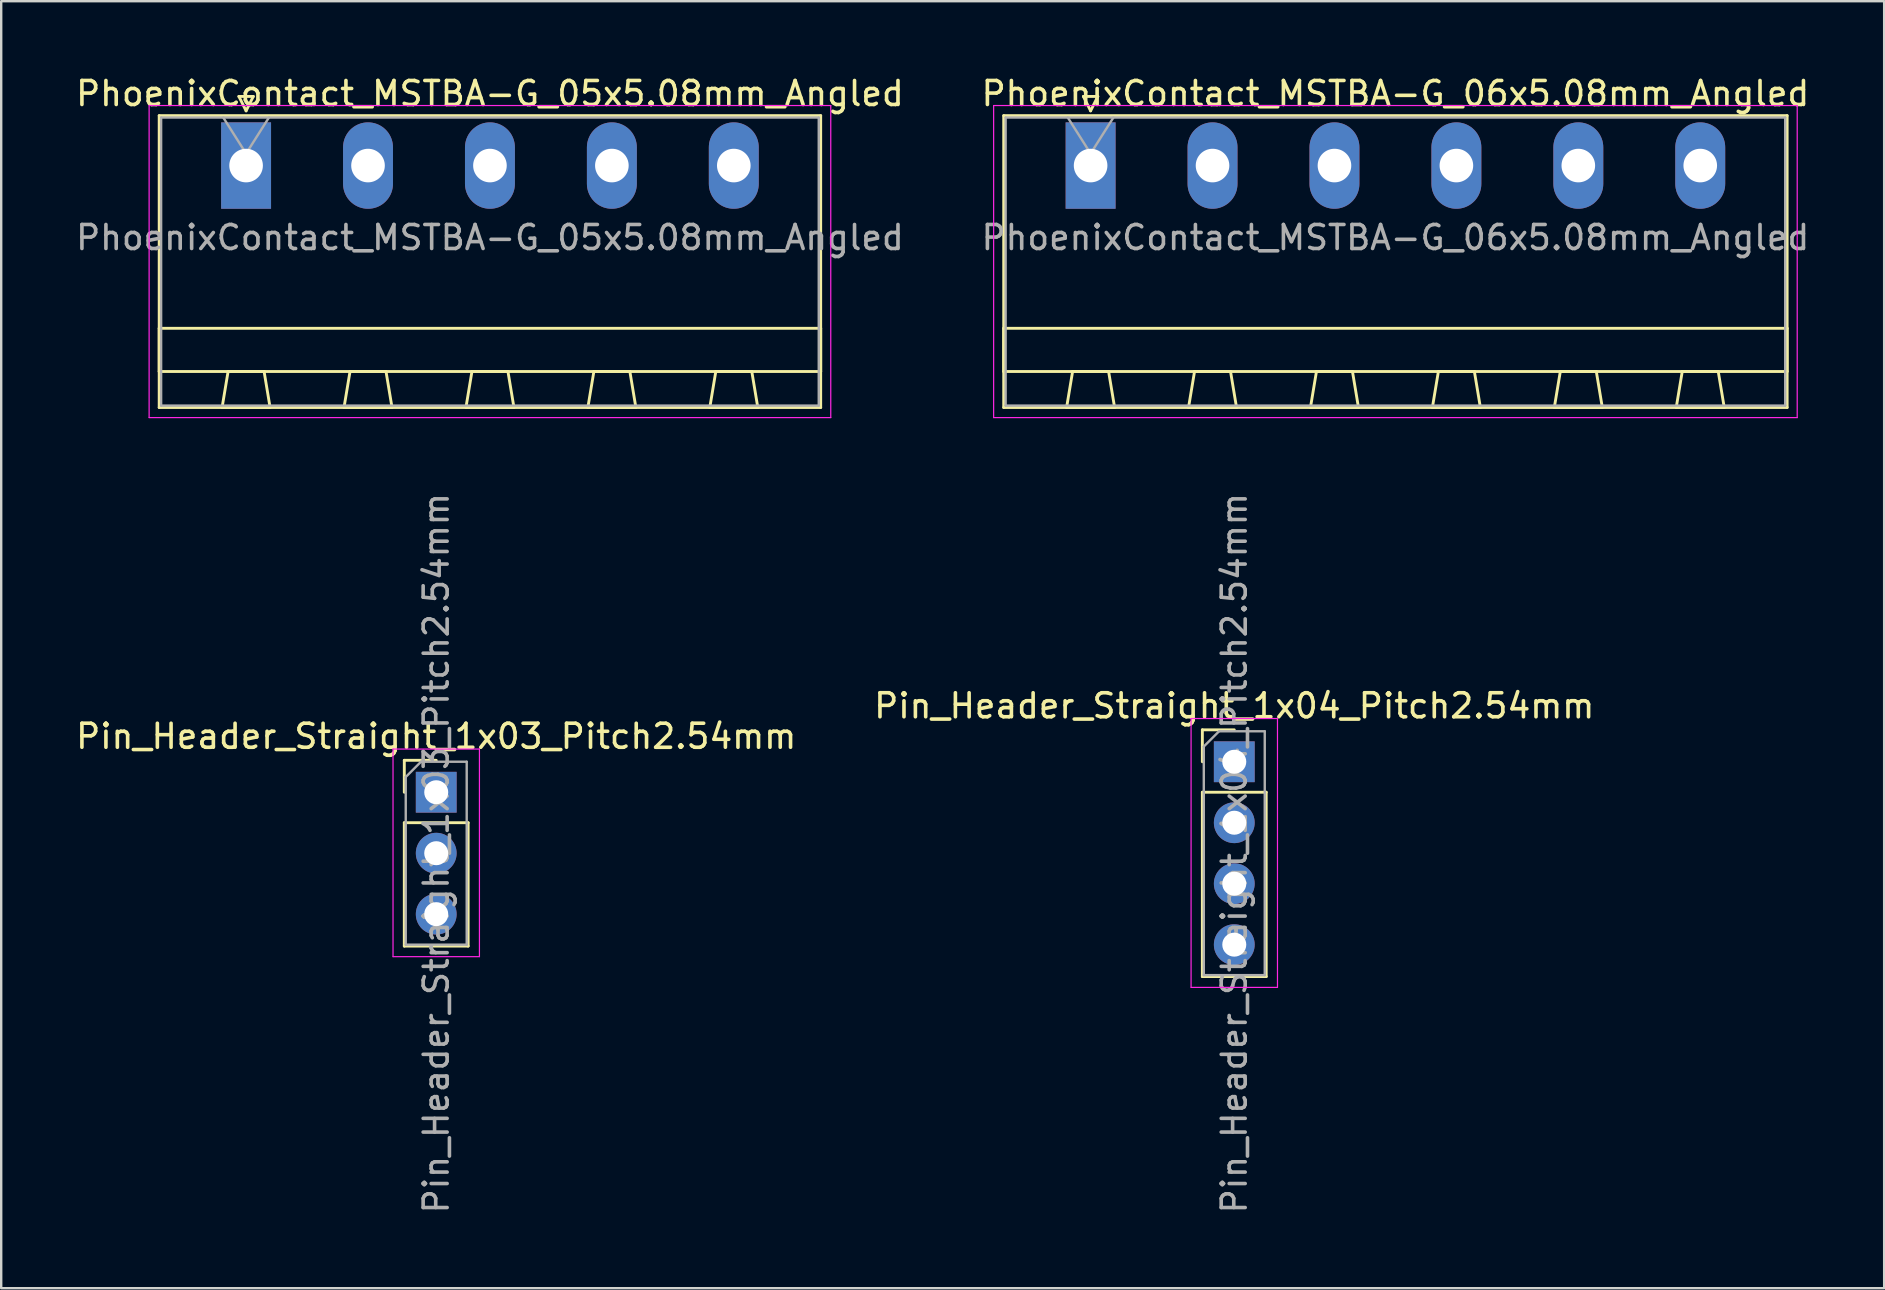
<source format=kicad_pcb>
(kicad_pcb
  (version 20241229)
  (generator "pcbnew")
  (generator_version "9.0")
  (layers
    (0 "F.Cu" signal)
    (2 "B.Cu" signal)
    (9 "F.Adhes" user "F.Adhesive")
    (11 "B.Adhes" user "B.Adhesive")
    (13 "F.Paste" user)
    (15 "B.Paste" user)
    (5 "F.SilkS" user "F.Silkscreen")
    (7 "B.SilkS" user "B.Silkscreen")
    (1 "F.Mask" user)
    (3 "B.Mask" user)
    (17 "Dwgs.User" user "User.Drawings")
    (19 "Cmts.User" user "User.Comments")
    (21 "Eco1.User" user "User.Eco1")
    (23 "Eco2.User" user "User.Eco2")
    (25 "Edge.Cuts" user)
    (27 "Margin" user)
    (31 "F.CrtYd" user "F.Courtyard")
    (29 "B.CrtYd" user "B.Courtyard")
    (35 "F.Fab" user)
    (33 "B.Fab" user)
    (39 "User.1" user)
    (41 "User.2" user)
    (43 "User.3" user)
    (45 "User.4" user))
  (footprint "Pin_Header_Straight_1x03_Pitch2.54mm"
    (layer "F.Cu")
    (at 15.125 29.958)
    (property "Reference" "Pin_Header_Straight_1x03_Pitch2.54mm" (at 0 -2.33 0) (layer "F.SilkS") (effects (font (size 1 1) (thickness 0.15))))
    (attr through_hole)
    (fp_line (start -1.33 -1.33) (end 0 -1.33) (stroke (width 0.12) (type solid)) (layer "F.SilkS"))
    (fp_line (start -1.33 0) (end -1.33 -1.33) (stroke (width 0.12) (type solid)) (layer "F.SilkS"))
    (fp_line (start -1.33 1.27) (end -1.33 6.41) (stroke (width 0.12) (type solid)) (layer "F.SilkS"))
    (fp_line (start -1.33 1.27) (end 1.33 1.27) (stroke (width 0.12) (type solid)) (layer "F.SilkS"))
    (fp_line (start -1.33 6.41) (end 1.33 6.41) (stroke (width 0.12) (type solid)) (layer "F.SilkS"))
    (fp_line (start 1.33 1.27) (end 1.33 6.41) (stroke (width 0.12) (type solid)) (layer "F.SilkS"))
    (fp_line (start -1.8 -1.8) (end -1.8 6.85) (stroke (width 0.05) (type solid)) (layer "F.CrtYd"))
    (fp_line (start -1.8 6.85) (end 1.8 6.85) (stroke (width 0.05) (type solid)) (layer "F.CrtYd"))
    (fp_line (start 1.8 -1.8) (end -1.8 -1.8) (stroke (width 0.05) (type solid)) (layer "F.CrtYd"))
    (fp_line (start 1.8 6.85) (end 1.8 -1.8) (stroke (width 0.05) (type solid)) (layer "F.CrtYd"))
    (fp_line (start -1.27 -0.635) (end -0.635 -1.27) (stroke (width 0.1) (type solid)) (layer "F.Fab"))
    (fp_line (start -1.27 6.35) (end -1.27 -0.635) (stroke (width 0.1) (type solid)) (layer "F.Fab"))
    (fp_line (start -0.635 -1.27) (end 1.27 -1.27) (stroke (width 0.1) (type solid)) (layer "F.Fab"))
    (fp_line (start 1.27 -1.27) (end 1.27 6.35) (stroke (width 0.1) (type solid)) (layer "F.Fab"))
    (fp_line (start 1.27 6.35) (end -1.27 6.35) (stroke (width 0.1) (type solid)) (layer "F.Fab"))
    (fp_text user "${REFERENCE}" (at 0 2.54 90) (layer "F.Fab") (effects (font (size 1 1) (thickness 0.15))))
    (pad "1" thru_hole rect (at 0 0) (size 1.7 1.7) (drill 1) (layers "*.Cu" "*.Mask"))
    (pad "2" thru_hole oval (at 0 2.54) (size 1.7 1.7) (drill 1) (layers "*.Cu" "*.Mask"))
    (pad "3" thru_hole oval (at 0 5.08) (size 1.7 1.7) (drill 1) (layers "*.Cu" "*.Mask")))
  (footprint "PhoenixContact_MSTBA-G_06x5.08mm_Angled"
    (layer "F.Cu")
    (at 42.389 3.848)
    (property "Reference" "PhoenixContact_MSTBA-G_06x5.08mm_Angled" (at 12.7 -3 0) (layer "F.SilkS") (effects (font (size 1 1) (thickness 0.15))))
    (attr through_hole)
    (fp_line (start -3.62 -2.08) (end -3.62 10.08) (stroke (width 0.12) (type solid)) (layer "F.SilkS"))
    (fp_line (start -3.62 6.78) (end 29.02 6.78) (stroke (width 0.12) (type solid)) (layer "F.SilkS"))
    (fp_line (start -3.62 8.58) (end -3.62 6.78) (stroke (width 0.12) (type solid)) (layer "F.SilkS"))
    (fp_line (start -3.62 10.08) (end 29.02 10.08) (stroke (width 0.12) (type solid)) (layer "F.SilkS"))
    (fp_line (start -1 10.08) (end 1 10.08) (stroke (width 0.12) (type solid)) (layer "F.SilkS"))
    (fp_line (start -0.75 8.58) (end -1 10.08) (stroke (width 0.12) (type solid)) (layer "F.SilkS"))
    (fp_line (start -0.3 -2.88) (end 0.3 -2.88) (stroke (width 0.12) (type solid)) (layer "F.SilkS"))
    (fp_line (start 0 -2.28) (end -0.3 -2.88) (stroke (width 0.12) (type solid)) (layer "F.SilkS"))
    (fp_line (start 0.3 -2.88) (end 0 -2.28) (stroke (width 0.12) (type solid)) (layer "F.SilkS"))
    (fp_line (start 0.75 8.58) (end -0.75 8.58) (stroke (width 0.12) (type solid)) (layer "F.SilkS"))
    (fp_line (start 1 10.08) (end 0.75 8.58) (stroke (width 0.12) (type solid)) (layer "F.SilkS"))
    (fp_line (start 4.08 10.08) (end 6.08 10.08) (stroke (width 0.12) (type solid)) (layer "F.SilkS"))
    (fp_line (start 4.33 8.58) (end 4.08 10.08) (stroke (width 0.12) (type solid)) (layer "F.SilkS"))
    (fp_line (start 5.83 8.58) (end 4.33 8.58) (stroke (width 0.12) (type solid)) (layer "F.SilkS"))
    (fp_line (start 6.08 10.08) (end 5.83 8.58) (stroke (width 0.12) (type solid)) (layer "F.SilkS"))
    (fp_line (start 9.16 10.08) (end 11.16 10.08) (stroke (width 0.12) (type solid)) (layer "F.SilkS"))
    (fp_line (start 9.41 8.58) (end 9.16 10.08) (stroke (width 0.12) (type solid)) (layer "F.SilkS"))
    (fp_line (start 10.91 8.58) (end 9.41 8.58) (stroke (width 0.12) (type solid)) (layer "F.SilkS"))
    (fp_line (start 11.16 10.08) (end 10.91 8.58) (stroke (width 0.12) (type solid)) (layer "F.SilkS"))
    (fp_line (start 14.24 10.08) (end 16.24 10.08) (stroke (width 0.12) (type solid)) (layer "F.SilkS"))
    (fp_line (start 14.49 8.58) (end 14.24 10.08) (stroke (width 0.12) (type solid)) (layer "F.SilkS"))
    (fp_line (start 15.99 8.58) (end 14.49 8.58) (stroke (width 0.12) (type solid)) (layer "F.SilkS"))
    (fp_line (start 16.24 10.08) (end 15.99 8.58) (stroke (width 0.12) (type solid)) (layer "F.SilkS"))
    (fp_line (start 19.32 10.08) (end 21.32 10.08) (stroke (width 0.12) (type solid)) (layer "F.SilkS"))
    (fp_line (start 19.57 8.58) (end 19.32 10.08) (stroke (width 0.12) (type solid)) (layer "F.SilkS"))
    (fp_line (start 21.07 8.58) (end 19.57 8.58) (stroke (width 0.12) (type solid)) (layer "F.SilkS"))
    (fp_line (start 21.32 10.08) (end 21.07 8.58) (stroke (width 0.12) (type solid)) (layer "F.SilkS"))
    (fp_line (start 24.4 10.08) (end 26.4 10.08) (stroke (width 0.12) (type solid)) (layer "F.SilkS"))
    (fp_line (start 24.65 8.58) (end 24.4 10.08) (stroke (width 0.12) (type solid)) (layer "F.SilkS"))
    (fp_line (start 26.15 8.58) (end 24.65 8.58) (stroke (width 0.12) (type solid)) (layer "F.SilkS"))
    (fp_line (start 26.4 10.08) (end 26.15 8.58) (stroke (width 0.12) (type solid)) (layer "F.SilkS"))
    (fp_line (start 29.02 -2.08) (end -3.62 -2.08) (stroke (width 0.12) (type solid)) (layer "F.SilkS"))
    (fp_line (start 29.02 6.78) (end 29.02 8.58) (stroke (width 0.12) (type solid)) (layer "F.SilkS"))
    (fp_line (start 29.02 8.58) (end -3.62 8.58) (stroke (width 0.12) (type solid)) (layer "F.SilkS"))
    (fp_line (start 29.02 10.08) (end 29.02 -2.08) (stroke (width 0.12) (type solid)) (layer "F.SilkS"))
    (fp_line (start -4.04 -2.5) (end -4.04 10.5) (stroke (width 0.05) (type solid)) (layer "F.CrtYd"))
    (fp_line (start -4.04 10.5) (end 29.44 10.5) (stroke (width 0.05) (type solid)) (layer "F.CrtYd"))
    (fp_line (start 29.44 -2.5) (end -4.04 -2.5) (stroke (width 0.05) (type solid)) (layer "F.CrtYd"))
    (fp_line (start 29.44 10.5) (end 29.44 -2.5) (stroke (width 0.05) (type solid)) (layer "F.CrtYd"))
    (fp_line (start -3.54 -2) (end -3.54 10) (stroke (width 0.1) (type solid)) (layer "F.Fab"))
    (fp_line (start -3.54 10) (end 28.94 10) (stroke (width 0.1) (type solid)) (layer "F.Fab"))
    (fp_line (start 0 -0.5) (end -0.95 -2) (stroke (width 0.1) (type solid)) (layer "F.Fab"))
    (fp_line (start 0.95 -2) (end 0 -0.5) (stroke (width 0.1) (type solid)) (layer "F.Fab"))
    (fp_line (start 28.94 -2) (end -3.54 -2) (stroke (width 0.1) (type solid)) (layer "F.Fab"))
    (fp_line (start 28.94 10) (end 28.94 -2) (stroke (width 0.1) (type solid)) (layer "F.Fab"))
    (fp_text user "${REFERENCE}" (at 12.7 3 0) (layer "F.Fab") (effects (font (size 1 1) (thickness 0.15))))
    (pad "1" thru_hole rect (at 0 0) (size 2.08 3.6) (drill 1.4) (layers "*.Cu" "*.Mask"))
    (pad "2" thru_hole oval (at 5.08 0) (size 2.08 3.6) (drill 1.4) (layers "*.Cu" "*.Mask"))
    (pad "3" thru_hole oval (at 10.16 0) (size 2.08 3.6) (drill 1.4) (layers "*.Cu" "*.Mask"))
    (pad "4" thru_hole oval (at 15.24 0) (size 2.08 3.6) (drill 1.4) (layers "*.Cu" "*.Mask"))
    (pad "5" thru_hole oval (at 20.32 0) (size 2.08 3.6) (drill 1.4) (layers "*.Cu" "*.Mask"))
    (pad "6" thru_hole oval (at 25.4 0) (size 2.08 3.6) (drill 1.4) (layers "*.Cu" "*.Mask")))
  (footprint "PhoenixContact_MSTBA-G_05x5.08mm_Angled"
    (layer "F.Cu")
    (at 7.203 3.848)
    (property "Reference" "PhoenixContact_MSTBA-G_05x5.08mm_Angled" (at 10.16 -3 0) (layer "F.SilkS") (effects (font (size 1 1) (thickness 0.15))))
    (attr through_hole)
    (fp_line (start -3.62 -2.08) (end -3.62 10.08) (stroke (width 0.12) (type solid)) (layer "F.SilkS"))
    (fp_line (start -3.62 6.78) (end 23.94 6.78) (stroke (width 0.12) (type solid)) (layer "F.SilkS"))
    (fp_line (start -3.62 8.58) (end -3.62 6.78) (stroke (width 0.12) (type solid)) (layer "F.SilkS"))
    (fp_line (start -3.62 10.08) (end 23.94 10.08) (stroke (width 0.12) (type solid)) (layer "F.SilkS"))
    (fp_line (start -1 10.08) (end 1 10.08) (stroke (width 0.12) (type solid)) (layer "F.SilkS"))
    (fp_line (start -0.75 8.58) (end -1 10.08) (stroke (width 0.12) (type solid)) (layer "F.SilkS"))
    (fp_line (start -0.3 -2.88) (end 0.3 -2.88) (stroke (width 0.12) (type solid)) (layer "F.SilkS"))
    (fp_line (start 0 -2.28) (end -0.3 -2.88) (stroke (width 0.12) (type solid)) (layer "F.SilkS"))
    (fp_line (start 0.3 -2.88) (end 0 -2.28) (stroke (width 0.12) (type solid)) (layer "F.SilkS"))
    (fp_line (start 0.75 8.58) (end -0.75 8.58) (stroke (width 0.12) (type solid)) (layer "F.SilkS"))
    (fp_line (start 1 10.08) (end 0.75 8.58) (stroke (width 0.12) (type solid)) (layer "F.SilkS"))
    (fp_line (start 4.08 10.08) (end 6.08 10.08) (stroke (width 0.12) (type solid)) (layer "F.SilkS"))
    (fp_line (start 4.33 8.58) (end 4.08 10.08) (stroke (width 0.12) (type solid)) (layer "F.SilkS"))
    (fp_line (start 5.83 8.58) (end 4.33 8.58) (stroke (width 0.12) (type solid)) (layer "F.SilkS"))
    (fp_line (start 6.08 10.08) (end 5.83 8.58) (stroke (width 0.12) (type solid)) (layer "F.SilkS"))
    (fp_line (start 9.16 10.08) (end 11.16 10.08) (stroke (width 0.12) (type solid)) (layer "F.SilkS"))
    (fp_line (start 9.41 8.58) (end 9.16 10.08) (stroke (width 0.12) (type solid)) (layer "F.SilkS"))
    (fp_line (start 10.91 8.58) (end 9.41 8.58) (stroke (width 0.12) (type solid)) (layer "F.SilkS"))
    (fp_line (start 11.16 10.08) (end 10.91 8.58) (stroke (width 0.12) (type solid)) (layer "F.SilkS"))
    (fp_line (start 14.24 10.08) (end 16.24 10.08) (stroke (width 0.12) (type solid)) (layer "F.SilkS"))
    (fp_line (start 14.49 8.58) (end 14.24 10.08) (stroke (width 0.12) (type solid)) (layer "F.SilkS"))
    (fp_line (start 15.99 8.58) (end 14.49 8.58) (stroke (width 0.12) (type solid)) (layer "F.SilkS"))
    (fp_line (start 16.24 10.08) (end 15.99 8.58) (stroke (width 0.12) (type solid)) (layer "F.SilkS"))
    (fp_line (start 19.32 10.08) (end 21.32 10.08) (stroke (width 0.12) (type solid)) (layer "F.SilkS"))
    (fp_line (start 19.57 8.58) (end 19.32 10.08) (stroke (width 0.12) (type solid)) (layer "F.SilkS"))
    (fp_line (start 21.07 8.58) (end 19.57 8.58) (stroke (width 0.12) (type solid)) (layer "F.SilkS"))
    (fp_line (start 21.32 10.08) (end 21.07 8.58) (stroke (width 0.12) (type solid)) (layer "F.SilkS"))
    (fp_line (start 23.94 -2.08) (end -3.62 -2.08) (stroke (width 0.12) (type solid)) (layer "F.SilkS"))
    (fp_line (start 23.94 6.78) (end 23.94 8.58) (stroke (width 0.12) (type solid)) (layer "F.SilkS"))
    (fp_line (start 23.94 8.58) (end -3.62 8.58) (stroke (width 0.12) (type solid)) (layer "F.SilkS"))
    (fp_line (start 23.94 10.08) (end 23.94 -2.08) (stroke (width 0.12) (type solid)) (layer "F.SilkS"))
    (fp_line (start -4.04 -2.5) (end -4.04 10.5) (stroke (width 0.05) (type solid)) (layer "F.CrtYd"))
    (fp_line (start -4.04 10.5) (end 24.36 10.5) (stroke (width 0.05) (type solid)) (layer "F.CrtYd"))
    (fp_line (start 24.36 -2.5) (end -4.04 -2.5) (stroke (width 0.05) (type solid)) (layer "F.CrtYd"))
    (fp_line (start 24.36 10.5) (end 24.36 -2.5) (stroke (width 0.05) (type solid)) (layer "F.CrtYd"))
    (fp_line (start -3.54 -2) (end -3.54 10) (stroke (width 0.1) (type solid)) (layer "F.Fab"))
    (fp_line (start -3.54 10) (end 23.86 10) (stroke (width 0.1) (type solid)) (layer "F.Fab"))
    (fp_line (start 0 -0.5) (end -0.95 -2) (stroke (width 0.1) (type solid)) (layer "F.Fab"))
    (fp_line (start 0.95 -2) (end 0 -0.5) (stroke (width 0.1) (type solid)) (layer "F.Fab"))
    (fp_line (start 23.86 -2) (end -3.54 -2) (stroke (width 0.1) (type solid)) (layer "F.Fab"))
    (fp_line (start 23.86 10) (end 23.86 -2) (stroke (width 0.1) (type solid)) (layer "F.Fab"))
    (fp_text user "${REFERENCE}" (at 10.16 3 0) (layer "F.Fab") (effects (font (size 1 1) (thickness 0.15))))
    (pad "1" thru_hole rect (at 0 0) (size 2.08 3.6) (drill 1.4) (layers "*.Cu" "*.Mask"))
    (pad "2" thru_hole oval (at 5.08 0) (size 2.08 3.6) (drill 1.4) (layers "*.Cu" "*.Mask"))
    (pad "3" thru_hole oval (at 10.16 0) (size 2.08 3.6) (drill 1.4) (layers "*.Cu" "*.Mask"))
    (pad "4" thru_hole oval (at 15.24 0) (size 2.08 3.6) (drill 1.4) (layers "*.Cu" "*.Mask"))
    (pad "5" thru_hole oval (at 20.32 0) (size 2.08 3.6) (drill 1.4) (layers "*.Cu" "*.Mask")))
  (footprint "Pin_Header_Straight_1x04_Pitch2.54mm"
    (layer "F.Cu")
    (at 48.375 28.688)
    (property "Reference" "Pin_Header_Straight_1x04_Pitch2.54mm" (at 0 -2.33 0) (layer "F.SilkS") (effects (font (size 1 1) (thickness 0.15))))
    (attr through_hole)
    (fp_line (start -1.33 -1.33) (end 0 -1.33) (stroke (width 0.12) (type solid)) (layer "F.SilkS"))
    (fp_line (start -1.33 0) (end -1.33 -1.33) (stroke (width 0.12) (type solid)) (layer "F.SilkS"))
    (fp_line (start -1.33 1.27) (end -1.33 8.95) (stroke (width 0.12) (type solid)) (layer "F.SilkS"))
    (fp_line (start -1.33 1.27) (end 1.33 1.27) (stroke (width 0.12) (type solid)) (layer "F.SilkS"))
    (fp_line (start -1.33 8.95) (end 1.33 8.95) (stroke (width 0.12) (type solid)) (layer "F.SilkS"))
    (fp_line (start 1.33 1.27) (end 1.33 8.95) (stroke (width 0.12) (type solid)) (layer "F.SilkS"))
    (fp_line (start -1.8 -1.8) (end -1.8 9.4) (stroke (width 0.05) (type solid)) (layer "F.CrtYd"))
    (fp_line (start -1.8 9.4) (end 1.8 9.4) (stroke (width 0.05) (type solid)) (layer "F.CrtYd"))
    (fp_line (start 1.8 -1.8) (end -1.8 -1.8) (stroke (width 0.05) (type solid)) (layer "F.CrtYd"))
    (fp_line (start 1.8 9.4) (end 1.8 -1.8) (stroke (width 0.05) (type solid)) (layer "F.CrtYd"))
    (fp_line (start -1.27 -0.635) (end -0.635 -1.27) (stroke (width 0.1) (type solid)) (layer "F.Fab"))
    (fp_line (start -1.27 8.89) (end -1.27 -0.635) (stroke (width 0.1) (type solid)) (layer "F.Fab"))
    (fp_line (start -0.635 -1.27) (end 1.27 -1.27) (stroke (width 0.1) (type solid)) (layer "F.Fab"))
    (fp_line (start 1.27 -1.27) (end 1.27 8.89) (stroke (width 0.1) (type solid)) (layer "F.Fab"))
    (fp_line (start 1.27 8.89) (end -1.27 8.89) (stroke (width 0.1) (type solid)) (layer "F.Fab"))
    (fp_text user "${REFERENCE}" (at 0 3.81 90) (layer "F.Fab") (effects (font (size 1 1) (thickness 0.15))))
    (pad "1" thru_hole rect (at 0 0) (size 1.7 1.7) (drill 1) (layers "*.Cu" "*.Mask"))
    (pad "2" thru_hole oval (at 0 2.54) (size 1.7 1.7) (drill 1) (layers "*.Cu" "*.Mask"))
    (pad "3" thru_hole oval (at 0 5.08) (size 1.7 1.7) (drill 1) (layers "*.Cu" "*.Mask"))
    (pad "4" thru_hole oval (at 0 7.62) (size 1.7 1.7) (drill 1) (layers "*.Cu" "*.Mask")))
  (gr_rect
    (start -3 -3)
    (end 75.452 50.623)
    (stroke (width 0.1) (type default))
    (fill no)
    (layer "Edge.Cuts")))
</source>
